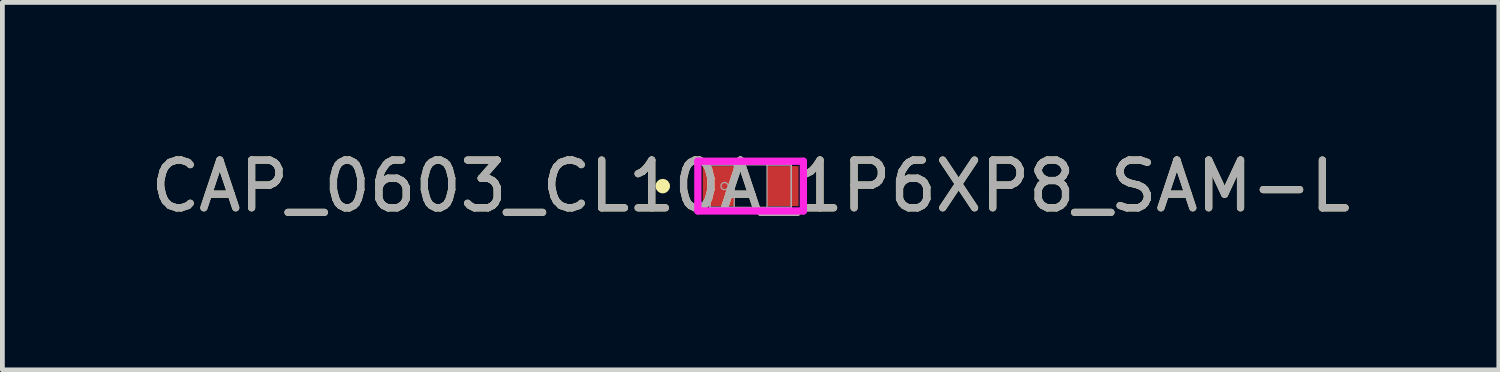
<source format=kicad_pcb>
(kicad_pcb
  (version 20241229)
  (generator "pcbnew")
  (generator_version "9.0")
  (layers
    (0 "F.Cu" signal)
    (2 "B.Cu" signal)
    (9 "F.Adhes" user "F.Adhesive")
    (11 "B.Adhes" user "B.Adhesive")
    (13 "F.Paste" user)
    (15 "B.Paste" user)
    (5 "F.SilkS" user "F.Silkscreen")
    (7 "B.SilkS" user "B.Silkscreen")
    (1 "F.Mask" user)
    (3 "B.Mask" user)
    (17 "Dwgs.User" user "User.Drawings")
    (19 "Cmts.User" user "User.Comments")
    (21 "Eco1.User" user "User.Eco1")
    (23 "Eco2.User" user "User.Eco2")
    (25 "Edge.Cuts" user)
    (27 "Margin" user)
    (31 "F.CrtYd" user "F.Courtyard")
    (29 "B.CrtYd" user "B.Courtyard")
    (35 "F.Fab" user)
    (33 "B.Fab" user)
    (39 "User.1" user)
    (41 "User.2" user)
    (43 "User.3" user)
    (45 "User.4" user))
  (footprint "CAP_0603_CL10A_1P6XP8_SAM-L"
    (layer "F.Cu")
    (at 12.673 0.848)
    (property "Reference" "CAP_0603_CL10A_1P6XP8_SAM-L" (at 0 0 0) (unlocked yes) (layer "F.SilkS") (effects (font (size 1 1) (thickness 0.15))))
    (attr smd)
    (fp_circle (center -1.841 0) (end -1.765 0) (stroke (width 0.152) (type solid)) (fill no) (layer "F.SilkS"))
    (fp_line (start -1.105 -0.521) (end 1.105 -0.521) (stroke (width 0.152) (type solid)) (layer "F.CrtYd"))
    (fp_line (start -1.105 0.521) (end -1.105 -0.521) (stroke (width 0.152) (type solid)) (layer "F.CrtYd"))
    (fp_line (start 1.105 -0.521) (end 1.105 0.521) (stroke (width 0.152) (type solid)) (layer "F.CrtYd"))
    (fp_line (start 1.105 0.521) (end -1.105 0.521) (stroke (width 0.152) (type solid)) (layer "F.CrtYd"))
    (fp_line (start -0.851 -0.445) (end -0.851 0.445) (stroke (width 0.025) (type solid)) (layer "F.Fab"))
    (fp_line (start -0.851 -0.445) (end -0.851 0.445) (stroke (width 0.025) (type solid)) (layer "F.Fab"))
    (fp_line (start -0.851 0.445) (end -0.343 0.445) (stroke (width 0.025) (type solid)) (layer "F.Fab"))
    (fp_line (start -0.851 0.445) (end 0.851 0.445) (stroke (width 0.025) (type solid)) (layer "F.Fab"))
    (fp_line (start -0.343 -0.445) (end -0.851 -0.445) (stroke (width 0.025) (type solid)) (layer "F.Fab"))
    (fp_line (start -0.343 0.445) (end -0.343 -0.445) (stroke (width 0.025) (type solid)) (layer "F.Fab"))
    (fp_line (start 0.343 -0.445) (end 0.343 0.445) (stroke (width 0.025) (type solid)) (layer "F.Fab"))
    (fp_line (start 0.343 0.445) (end 0.851 0.445) (stroke (width 0.025) (type solid)) (layer "F.Fab"))
    (fp_line (start 0.851 -0.445) (end -0.851 -0.445) (stroke (width 0.025) (type solid)) (layer "F.Fab"))
    (fp_line (start 0.851 -0.445) (end 0.343 -0.445) (stroke (width 0.025) (type solid)) (layer "F.Fab"))
    (fp_line (start 0.851 0.445) (end 0.851 -0.445) (stroke (width 0.025) (type solid)) (layer "F.Fab"))
    (fp_line (start 0.851 0.445) (end 0.851 -0.445) (stroke (width 0.025) (type solid)) (layer "F.Fab"))
    (fp_circle (center -0.546 0) (end -0.47 0) (stroke (width 0.025) (type solid)) (fill no) (layer "F.Fab"))
    (fp_text user "${REFERENCE}" (at 0 0 0) (unlocked yes) (layer "F.Fab") (effects (font (size 1 1) (thickness 0.15))))
    (pad "1" smd rect (at -0.673 0) (size 0.66 0.838) (layers "F.Cu" "F.Mask" "F.Paste"))
    (pad "2" smd rect (at 0.673 0) (size 0.66 0.838) (layers "F.Cu" "F.Mask" "F.Paste"))
    (zone (net_name "") (layer "F.Cu") (hatch full 0.508) (connect_pads) (min_thickness 0.254) (filled_areas_thickness no) (keepout (tracks not_allowed) (vias not_allowed) (pads allowed) (copperpour not_allowed) (footprints allowed)) (placement (enabled no)) (fill) (polygon (pts (xy 12.381 0.455) (xy 12.965 0.455) (xy 12.965 1.242) (xy 12.381 1.242)))))
  (gr_rect
    (start -3 -3)
    (end 28.345 4.697)
    (stroke (width 0.1) (type default))
    (fill no)
    (layer "Edge.Cuts")))
</source>
